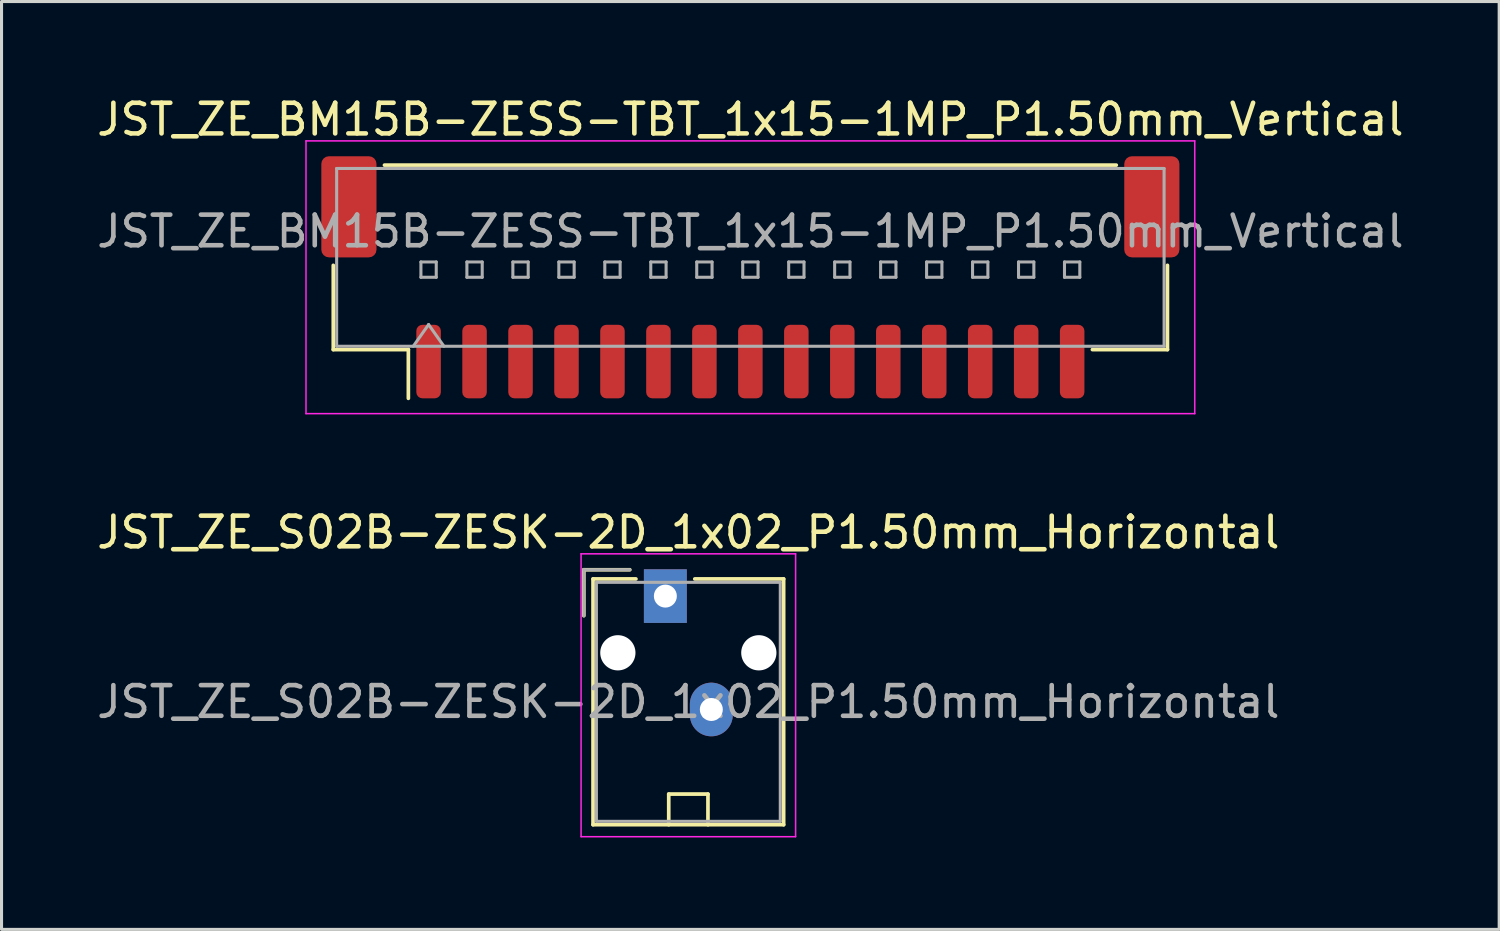
<source format=kicad_pcb>
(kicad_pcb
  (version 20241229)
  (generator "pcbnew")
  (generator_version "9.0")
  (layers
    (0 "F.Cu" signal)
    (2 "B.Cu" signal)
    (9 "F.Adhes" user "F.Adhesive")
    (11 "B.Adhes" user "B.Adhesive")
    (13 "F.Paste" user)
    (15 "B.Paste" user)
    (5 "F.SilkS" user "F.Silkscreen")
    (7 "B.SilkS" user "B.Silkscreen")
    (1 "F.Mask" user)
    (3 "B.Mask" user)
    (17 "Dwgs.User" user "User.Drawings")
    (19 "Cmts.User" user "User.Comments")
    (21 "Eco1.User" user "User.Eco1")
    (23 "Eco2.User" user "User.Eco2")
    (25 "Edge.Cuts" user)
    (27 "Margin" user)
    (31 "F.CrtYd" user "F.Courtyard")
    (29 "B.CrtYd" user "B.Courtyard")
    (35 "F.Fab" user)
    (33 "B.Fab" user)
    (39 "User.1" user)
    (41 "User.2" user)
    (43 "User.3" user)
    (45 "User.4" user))
  (footprint "JST_ZE_BM15B-ZESS-TBT_1x15-1MP_P1.50mm_Vertical"
    (layer "F.Cu")
    (at 21.435 5.998)
    (property "Reference" "JST_ZE_BM15B-ZESS-TBT_1x15-1MP_P1.50mm_Vertical" (at 0 -5.15 0) (layer "F.SilkS") (effects (font (size 1 1) (thickness 0.15))))
    (attr smd)
    (fp_line (start -13.61 -0.39) (end -13.61 2.36) (stroke (width 0.12) (type solid)) (layer "F.SilkS"))
    (fp_line (start -13.61 2.36) (end -11.16 2.36) (stroke (width 0.12) (type solid)) (layer "F.SilkS"))
    (fp_line (start -11.94 -3.66) (end 11.94 -3.66) (stroke (width 0.12) (type solid)) (layer "F.SilkS"))
    (fp_line (start -11.16 2.36) (end -11.16 3.95) (stroke (width 0.12) (type solid)) (layer "F.SilkS"))
    (fp_line (start 13.61 -0.39) (end 13.61 2.36) (stroke (width 0.12) (type solid)) (layer "F.SilkS"))
    (fp_line (start 13.61 2.36) (end 11.16 2.36) (stroke (width 0.12) (type solid)) (layer "F.SilkS"))
    (fp_line (start -14.5 -4.45) (end -14.5 4.45) (stroke (width 0.05) (type solid)) (layer "F.CrtYd"))
    (fp_line (start -14.5 4.45) (end 14.5 4.45) (stroke (width 0.05) (type solid)) (layer "F.CrtYd"))
    (fp_line (start 14.5 -4.45) (end -14.5 -4.45) (stroke (width 0.05) (type solid)) (layer "F.CrtYd"))
    (fp_line (start 14.5 4.45) (end 14.5 -4.45) (stroke (width 0.05) (type solid)) (layer "F.CrtYd"))
    (fp_line (start -13.5 -3.55) (end 13.5 -3.55) (stroke (width 0.1) (type solid)) (layer "F.Fab"))
    (fp_line (start -13.5 2.25) (end -13.5 -3.55) (stroke (width 0.1) (type solid)) (layer "F.Fab"))
    (fp_line (start -13.5 2.25) (end 13.5 2.25) (stroke (width 0.1) (type solid)) (layer "F.Fab"))
    (fp_line (start -11 2.25) (end -10.5 1.543) (stroke (width 0.1) (type solid)) (layer "F.Fab"))
    (fp_line (start -10.75 -0.5) (end -10.75 0) (stroke (width 0.1) (type solid)) (layer "F.Fab"))
    (fp_line (start -10.75 0) (end -10.25 0) (stroke (width 0.1) (type solid)) (layer "F.Fab"))
    (fp_line (start -10.5 1.543) (end -10 2.25) (stroke (width 0.1) (type solid)) (layer "F.Fab"))
    (fp_line (start -10.25 -0.5) (end -10.75 -0.5) (stroke (width 0.1) (type solid)) (layer "F.Fab"))
    (fp_line (start -10.25 0) (end -10.25 -0.5) (stroke (width 0.1) (type solid)) (layer "F.Fab"))
    (fp_line (start -9.25 -0.5) (end -9.25 0) (stroke (width 0.1) (type solid)) (layer "F.Fab"))
    (fp_line (start -9.25 0) (end -8.75 0) (stroke (width 0.1) (type solid)) (layer "F.Fab"))
    (fp_line (start -8.75 -0.5) (end -9.25 -0.5) (stroke (width 0.1) (type solid)) (layer "F.Fab"))
    (fp_line (start -8.75 0) (end -8.75 -0.5) (stroke (width 0.1) (type solid)) (layer "F.Fab"))
    (fp_line (start -7.75 -0.5) (end -7.75 0) (stroke (width 0.1) (type solid)) (layer "F.Fab"))
    (fp_line (start -7.75 0) (end -7.25 0) (stroke (width 0.1) (type solid)) (layer "F.Fab"))
    (fp_line (start -7.25 -0.5) (end -7.75 -0.5) (stroke (width 0.1) (type solid)) (layer "F.Fab"))
    (fp_line (start -7.25 0) (end -7.25 -0.5) (stroke (width 0.1) (type solid)) (layer "F.Fab"))
    (fp_line (start -6.25 -0.5) (end -6.25 0) (stroke (width 0.1) (type solid)) (layer "F.Fab"))
    (fp_line (start -6.25 0) (end -5.75 0) (stroke (width 0.1) (type solid)) (layer "F.Fab"))
    (fp_line (start -5.75 -0.5) (end -6.25 -0.5) (stroke (width 0.1) (type solid)) (layer "F.Fab"))
    (fp_line (start -5.75 0) (end -5.75 -0.5) (stroke (width 0.1) (type solid)) (layer "F.Fab"))
    (fp_line (start -4.75 -0.5) (end -4.75 0) (stroke (width 0.1) (type solid)) (layer "F.Fab"))
    (fp_line (start -4.75 0) (end -4.25 0) (stroke (width 0.1) (type solid)) (layer "F.Fab"))
    (fp_line (start -4.25 -0.5) (end -4.75 -0.5) (stroke (width 0.1) (type solid)) (layer "F.Fab"))
    (fp_line (start -4.25 0) (end -4.25 -0.5) (stroke (width 0.1) (type solid)) (layer "F.Fab"))
    (fp_line (start -3.25 -0.5) (end -3.25 0) (stroke (width 0.1) (type solid)) (layer "F.Fab"))
    (fp_line (start -3.25 0) (end -2.75 0) (stroke (width 0.1) (type solid)) (layer "F.Fab"))
    (fp_line (start -2.75 -0.5) (end -3.25 -0.5) (stroke (width 0.1) (type solid)) (layer "F.Fab"))
    (fp_line (start -2.75 0) (end -2.75 -0.5) (stroke (width 0.1) (type solid)) (layer "F.Fab"))
    (fp_line (start -1.75 -0.5) (end -1.75 0) (stroke (width 0.1) (type solid)) (layer "F.Fab"))
    (fp_line (start -1.75 0) (end -1.25 0) (stroke (width 0.1) (type solid)) (layer "F.Fab"))
    (fp_line (start -1.25 -0.5) (end -1.75 -0.5) (stroke (width 0.1) (type solid)) (layer "F.Fab"))
    (fp_line (start -1.25 0) (end -1.25 -0.5) (stroke (width 0.1) (type solid)) (layer "F.Fab"))
    (fp_line (start -0.25 -0.5) (end -0.25 0) (stroke (width 0.1) (type solid)) (layer "F.Fab"))
    (fp_line (start -0.25 0) (end 0.25 0) (stroke (width 0.1) (type solid)) (layer "F.Fab"))
    (fp_line (start 0.25 -0.5) (end -0.25 -0.5) (stroke (width 0.1) (type solid)) (layer "F.Fab"))
    (fp_line (start 0.25 0) (end 0.25 -0.5) (stroke (width 0.1) (type solid)) (layer "F.Fab"))
    (fp_line (start 1.25 -0.5) (end 1.25 0) (stroke (width 0.1) (type solid)) (layer "F.Fab"))
    (fp_line (start 1.25 0) (end 1.75 0) (stroke (width 0.1) (type solid)) (layer "F.Fab"))
    (fp_line (start 1.75 -0.5) (end 1.25 -0.5) (stroke (width 0.1) (type solid)) (layer "F.Fab"))
    (fp_line (start 1.75 0) (end 1.75 -0.5) (stroke (width 0.1) (type solid)) (layer "F.Fab"))
    (fp_line (start 2.75 -0.5) (end 2.75 0) (stroke (width 0.1) (type solid)) (layer "F.Fab"))
    (fp_line (start 2.75 0) (end 3.25 0) (stroke (width 0.1) (type solid)) (layer "F.Fab"))
    (fp_line (start 3.25 -0.5) (end 2.75 -0.5) (stroke (width 0.1) (type solid)) (layer "F.Fab"))
    (fp_line (start 3.25 0) (end 3.25 -0.5) (stroke (width 0.1) (type solid)) (layer "F.Fab"))
    (fp_line (start 4.25 -0.5) (end 4.25 0) (stroke (width 0.1) (type solid)) (layer "F.Fab"))
    (fp_line (start 4.25 0) (end 4.75 0) (stroke (width 0.1) (type solid)) (layer "F.Fab"))
    (fp_line (start 4.75 -0.5) (end 4.25 -0.5) (stroke (width 0.1) (type solid)) (layer "F.Fab"))
    (fp_line (start 4.75 0) (end 4.75 -0.5) (stroke (width 0.1) (type solid)) (layer "F.Fab"))
    (fp_line (start 5.75 -0.5) (end 5.75 0) (stroke (width 0.1) (type solid)) (layer "F.Fab"))
    (fp_line (start 5.75 0) (end 6.25 0) (stroke (width 0.1) (type solid)) (layer "F.Fab"))
    (fp_line (start 6.25 -0.5) (end 5.75 -0.5) (stroke (width 0.1) (type solid)) (layer "F.Fab"))
    (fp_line (start 6.25 0) (end 6.25 -0.5) (stroke (width 0.1) (type solid)) (layer "F.Fab"))
    (fp_line (start 7.25 -0.5) (end 7.25 0) (stroke (width 0.1) (type solid)) (layer "F.Fab"))
    (fp_line (start 7.25 0) (end 7.75 0) (stroke (width 0.1) (type solid)) (layer "F.Fab"))
    (fp_line (start 7.75 -0.5) (end 7.25 -0.5) (stroke (width 0.1) (type solid)) (layer "F.Fab"))
    (fp_line (start 7.75 0) (end 7.75 -0.5) (stroke (width 0.1) (type solid)) (layer "F.Fab"))
    (fp_line (start 8.75 -0.5) (end 8.75 0) (stroke (width 0.1) (type solid)) (layer "F.Fab"))
    (fp_line (start 8.75 0) (end 9.25 0) (stroke (width 0.1) (type solid)) (layer "F.Fab"))
    (fp_line (start 9.25 -0.5) (end 8.75 -0.5) (stroke (width 0.1) (type solid)) (layer "F.Fab"))
    (fp_line (start 9.25 0) (end 9.25 -0.5) (stroke (width 0.1) (type solid)) (layer "F.Fab"))
    (fp_line (start 10.25 -0.5) (end 10.25 0) (stroke (width 0.1) (type solid)) (layer "F.Fab"))
    (fp_line (start 10.25 0) (end 10.75 0) (stroke (width 0.1) (type solid)) (layer "F.Fab"))
    (fp_line (start 10.75 -0.5) (end 10.25 -0.5) (stroke (width 0.1) (type solid)) (layer "F.Fab"))
    (fp_line (start 10.75 0) (end 10.75 -0.5) (stroke (width 0.1) (type solid)) (layer "F.Fab"))
    (fp_line (start 13.5 2.25) (end 13.5 -3.55) (stroke (width 0.1) (type solid)) (layer "F.Fab"))
    (fp_text user "${REFERENCE}" (at 0 -1.5 0) (layer "F.Fab") (effects (font (size 1 1) (thickness 0.15))))
    (pad "1" smd roundrect (at -10.5 2.75) (size 0.8 2.4) (layers "F.Cu" "F.Mask" "F.Paste") (roundrect_rratio 0.25))
    (pad "2" smd roundrect (at -9 2.75) (size 0.8 2.4) (layers "F.Cu" "F.Mask" "F.Paste") (roundrect_rratio 0.25))
    (pad "3" smd roundrect (at -7.5 2.75) (size 0.8 2.4) (layers "F.Cu" "F.Mask" "F.Paste") (roundrect_rratio 0.25))
    (pad "4" smd roundrect (at -6 2.75) (size 0.8 2.4) (layers "F.Cu" "F.Mask" "F.Paste") (roundrect_rratio 0.25))
    (pad "5" smd roundrect (at -4.5 2.75) (size 0.8 2.4) (layers "F.Cu" "F.Mask" "F.Paste") (roundrect_rratio 0.25))
    (pad "6" smd roundrect (at -3 2.75) (size 0.8 2.4) (layers "F.Cu" "F.Mask" "F.Paste") (roundrect_rratio 0.25))
    (pad "7" smd roundrect (at -1.5 2.75) (size 0.8 2.4) (layers "F.Cu" "F.Mask" "F.Paste") (roundrect_rratio 0.25))
    (pad "8" smd roundrect (at 0 2.75) (size 0.8 2.4) (layers "F.Cu" "F.Mask" "F.Paste") (roundrect_rratio 0.25))
    (pad "9" smd roundrect (at 1.5 2.75) (size 0.8 2.4) (layers "F.Cu" "F.Mask" "F.Paste") (roundrect_rratio 0.25))
    (pad "10" smd roundrect (at 3 2.75) (size 0.8 2.4) (layers "F.Cu" "F.Mask" "F.Paste") (roundrect_rratio 0.25))
    (pad "11" smd roundrect (at 4.5 2.75) (size 0.8 2.4) (layers "F.Cu" "F.Mask" "F.Paste") (roundrect_rratio 0.25))
    (pad "12" smd roundrect (at 6 2.75) (size 0.8 2.4) (layers "F.Cu" "F.Mask" "F.Paste") (roundrect_rratio 0.25))
    (pad "13" smd roundrect (at 7.5 2.75) (size 0.8 2.4) (layers "F.Cu" "F.Mask" "F.Paste") (roundrect_rratio 0.25))
    (pad "14" smd roundrect (at 9 2.75) (size 0.8 2.4) (layers "F.Cu" "F.Mask" "F.Paste") (roundrect_rratio 0.25))
    (pad "15" smd roundrect (at 10.5 2.75) (size 0.8 2.4) (layers "F.Cu" "F.Mask" "F.Paste") (roundrect_rratio 0.25))
    (pad "MP" smd roundrect (at -13.1 -2.3) (size 1.8 3.3) (layers "F.Cu" "F.Mask" "F.Paste") (roundrect_rratio 0.139))
    (pad "MP" smd roundrect (at 13.1 -2.3) (size 1.8 3.3) (layers "F.Cu" "F.Mask" "F.Paste") (roundrect_rratio 0.139)))
  (footprint "JST_ZE_S02B-ZESK-2D_1x02_P1.50mm_Horizontal"
    (layer "F.Cu")
    (at 18.661 16.401)
    (property "Reference" "JST_ZE_S02B-ZESK-2D_1x02_P1.50mm_Horizontal" (at 0.75 -2.08 0) (layer "F.SilkS") (effects (font (size 1 1) (thickness 0.15))))
    (attr through_hole)
    (fp_line (start -2.66 -0.86) (end -1.16 -0.86) (stroke (width 0.12) (type solid)) (layer "F.SilkS"))
    (fp_line (start -2.66 0.64) (end -2.66 -0.86) (stroke (width 0.12) (type solid)) (layer "F.SilkS"))
    (fp_line (start -2.36 -0.56) (end -2.36 7.46) (stroke (width 0.12) (type solid)) (layer "F.SilkS"))
    (fp_line (start -2.36 7.46) (end 3.86 7.46) (stroke (width 0.12) (type solid)) (layer "F.SilkS"))
    (fp_line (start -0.96 -0.56) (end -2.36 -0.56) (stroke (width 0.12) (type solid)) (layer "F.SilkS"))
    (fp_line (start 0.11 6.46) (end 1.39 6.46) (stroke (width 0.12) (type solid)) (layer "F.SilkS"))
    (fp_line (start 0.11 7.46) (end 0.11 6.46) (stroke (width 0.12) (type solid)) (layer "F.SilkS"))
    (fp_line (start 1.39 6.46) (end 1.39 7.46) (stroke (width 0.12) (type solid)) (layer "F.SilkS"))
    (fp_line (start 3.86 -0.56) (end 0.96 -0.56) (stroke (width 0.12) (type solid)) (layer "F.SilkS"))
    (fp_line (start 3.86 7.46) (end 3.86 -0.56) (stroke (width 0.12) (type solid)) (layer "F.SilkS"))
    (fp_line (start -2.75 -1.38) (end -2.75 7.85) (stroke (width 0.05) (type solid)) (layer "F.CrtYd"))
    (fp_line (start -2.75 7.85) (end 4.25 7.85) (stroke (width 0.05) (type solid)) (layer "F.CrtYd"))
    (fp_line (start 4.25 -1.38) (end -2.75 -1.38) (stroke (width 0.05) (type solid)) (layer "F.CrtYd"))
    (fp_line (start 4.25 7.85) (end 4.25 -1.38) (stroke (width 0.05) (type solid)) (layer "F.CrtYd"))
    (fp_line (start -2.66 -0.86) (end -1.16 -0.86) (stroke (width 0.1) (type solid)) (layer "F.Fab"))
    (fp_line (start -2.66 0.64) (end -2.66 -0.86) (stroke (width 0.1) (type solid)) (layer "F.Fab"))
    (fp_line (start -2.25 -0.45) (end -2.25 7.35) (stroke (width 0.1) (type solid)) (layer "F.Fab"))
    (fp_line (start -2.25 7.35) (end 3.75 7.35) (stroke (width 0.1) (type solid)) (layer "F.Fab"))
    (fp_line (start 3.75 -0.45) (end -2.25 -0.45) (stroke (width 0.1) (type solid)) (layer "F.Fab"))
    (fp_line (start 3.75 7.35) (end 3.75 -0.45) (stroke (width 0.1) (type solid)) (layer "F.Fab"))
    (fp_text user "${REFERENCE}" (at 0.75 3.45 0) (layer "F.Fab") (effects (font (size 1 1) (thickness 0.15))))
    (pad "" np_thru_hole circle (at -1.55 1.85) (size 1.15 1.15) (drill 1.15) (layers "*.Cu" "*.Mask"))
    (pad "" np_thru_hole circle (at 3.05 1.85) (size 1.15 1.15) (drill 1.15) (layers "*.Cu" "*.Mask"))
    (pad "1" thru_hole rect (at 0 0) (size 1.4 1.75) (drill 0.75) (layers "*.Cu" "*.Mask"))
    (pad "2" thru_hole oval (at 1.5 3.7) (size 1.4 1.75) (drill 0.75) (layers "*.Cu" "*.Mask")))
  (gr_rect
    (start -3 -3)
    (end 45.869 27.276)
    (stroke (width 0.1) (type default))
    (fill no)
    (layer "Edge.Cuts")))
</source>
